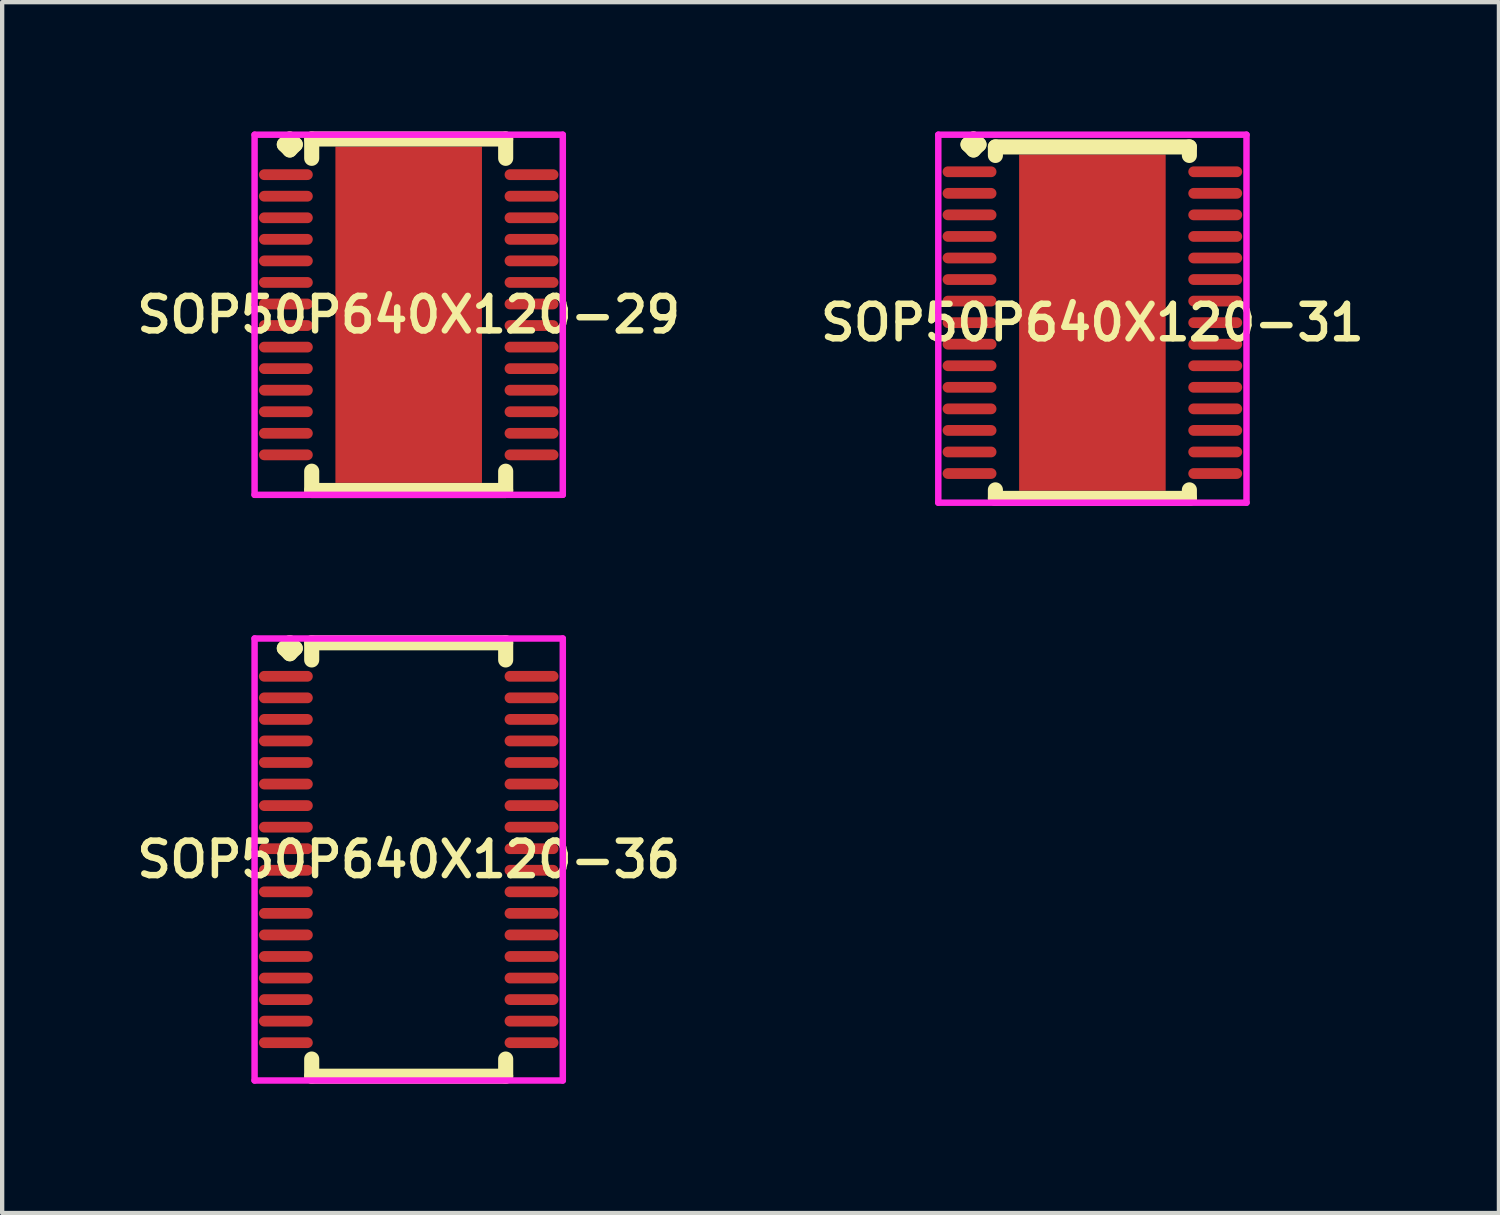
<source format=kicad_pcb>
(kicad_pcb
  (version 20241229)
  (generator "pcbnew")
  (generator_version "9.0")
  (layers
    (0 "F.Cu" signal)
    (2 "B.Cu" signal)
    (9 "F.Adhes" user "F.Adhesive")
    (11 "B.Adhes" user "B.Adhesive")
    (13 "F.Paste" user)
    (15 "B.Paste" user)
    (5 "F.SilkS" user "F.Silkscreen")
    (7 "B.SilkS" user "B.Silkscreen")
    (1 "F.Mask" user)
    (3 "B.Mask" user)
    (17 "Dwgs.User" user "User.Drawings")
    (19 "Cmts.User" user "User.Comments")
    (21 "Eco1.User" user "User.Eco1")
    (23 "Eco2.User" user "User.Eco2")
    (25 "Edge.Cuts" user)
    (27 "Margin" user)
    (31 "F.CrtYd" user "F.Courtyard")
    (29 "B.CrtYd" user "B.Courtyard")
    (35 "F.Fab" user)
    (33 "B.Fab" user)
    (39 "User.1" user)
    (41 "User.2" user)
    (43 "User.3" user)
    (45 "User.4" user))
  (footprint "SOP50P640X120-36"
    (layer "F.Cu")
    (at 6.431 16.889)
    (property "Reference" "SOP50P640X120-36" (at 0 0 0) (layer "F.SilkS") (effects (font (size 0.8 0.8) (thickness 0.15))))
    (attr smd)
    (fp_line (start -2.885 -4.9) (end -2.758 -5.027) (stroke (width 0.35) (type solid)) (layer "F.SilkS"))
    (fp_line (start -2.758 -5.027) (end -2.631 -4.9) (stroke (width 0.35) (type solid)) (layer "F.SilkS"))
    (fp_line (start -2.758 -4.773) (end -2.885 -4.9) (stroke (width 0.35) (type solid)) (layer "F.SilkS"))
    (fp_line (start -2.631 -4.9) (end -2.758 -4.773) (stroke (width 0.35) (type solid)) (layer "F.SilkS"))
    (fp_line (start -2.25 -5.027) (end 2.25 -5.027) (stroke (width 0.35) (type solid)) (layer "F.SilkS"))
    (fp_line (start -2.25 -4.629) (end -2.25 -5.027) (stroke (width 0.35) (type solid)) (layer "F.SilkS"))
    (fp_line (start -2.25 4.629) (end -2.25 5.027) (stroke (width 0.35) (type solid)) (layer "F.SilkS"))
    (fp_line (start -2.25 5.027) (end 2.25 5.027) (stroke (width 0.35) (type solid)) (layer "F.SilkS"))
    (fp_line (start 2.25 -5.027) (end 2.25 -4.629) (stroke (width 0.35) (type solid)) (layer "F.SilkS"))
    (fp_line (start 2.25 5.027) (end 2.25 4.629) (stroke (width 0.35) (type solid)) (layer "F.SilkS"))
    (fp_line (start -3.575 -5.127) (end 3.575 -5.127) (stroke (width 0.15) (type solid)) (layer "F.CrtYd"))
    (fp_line (start -3.575 5.127) (end -3.575 -5.127) (stroke (width 0.15) (type solid)) (layer "F.CrtYd"))
    (fp_line (start 3.575 -5.127) (end 3.575 5.127) (stroke (width 0.15) (type solid)) (layer "F.CrtYd"))
    (fp_line (start 3.575 5.127) (end -3.575 5.127) (stroke (width 0.15) (type solid)) (layer "F.CrtYd"))
    (pad "1" smd oval (at -2.85 -4.25) (size 1.25 0.25) (layers "F.Cu" "F.Mask" "F.Paste"))
    (pad "2" smd oval (at -2.85 -3.75) (size 1.25 0.25) (layers "F.Cu" "F.Mask" "F.Paste"))
    (pad "3" smd oval (at -2.85 -3.25) (size 1.25 0.25) (layers "F.Cu" "F.Mask" "F.Paste"))
    (pad "4" smd oval (at -2.85 -2.75) (size 1.25 0.25) (layers "F.Cu" "F.Mask" "F.Paste"))
    (pad "5" smd oval (at -2.85 -2.25) (size 1.25 0.25) (layers "F.Cu" "F.Mask" "F.Paste"))
    (pad "6" smd oval (at -2.85 -1.75) (size 1.25 0.25) (layers "F.Cu" "F.Mask" "F.Paste"))
    (pad "7" smd oval (at -2.85 -1.25) (size 1.25 0.25) (layers "F.Cu" "F.Mask" "F.Paste"))
    (pad "8" smd oval (at -2.85 -0.75) (size 1.25 0.25) (layers "F.Cu" "F.Mask" "F.Paste"))
    (pad "9" smd oval (at -2.85 -0.25) (size 1.25 0.25) (layers "F.Cu" "F.Mask" "F.Paste"))
    (pad "10" smd oval (at -2.85 0.25) (size 1.25 0.25) (layers "F.Cu" "F.Mask" "F.Paste"))
    (pad "11" smd oval (at -2.85 0.75) (size 1.25 0.25) (layers "F.Cu" "F.Mask" "F.Paste"))
    (pad "12" smd oval (at -2.85 1.25) (size 1.25 0.25) (layers "F.Cu" "F.Mask" "F.Paste"))
    (pad "13" smd oval (at -2.85 1.75) (size 1.25 0.25) (layers "F.Cu" "F.Mask" "F.Paste"))
    (pad "14" smd oval (at -2.85 2.25) (size 1.25 0.25) (layers "F.Cu" "F.Mask" "F.Paste"))
    (pad "15" smd oval (at -2.85 2.75) (size 1.25 0.25) (layers "F.Cu" "F.Mask" "F.Paste"))
    (pad "16" smd oval (at -2.85 3.25) (size 1.25 0.25) (layers "F.Cu" "F.Mask" "F.Paste"))
    (pad "17" smd oval (at -2.85 3.75) (size 1.25 0.25) (layers "F.Cu" "F.Mask" "F.Paste"))
    (pad "18" smd oval (at -2.85 4.25) (size 1.25 0.25) (layers "F.Cu" "F.Mask" "F.Paste"))
    (pad "19" smd oval (at 2.85 4.25) (size 1.25 0.25) (layers "F.Cu" "F.Mask" "F.Paste"))
    (pad "20" smd oval (at 2.85 3.75) (size 1.25 0.25) (layers "F.Cu" "F.Mask" "F.Paste"))
    (pad "21" smd oval (at 2.85 3.25) (size 1.25 0.25) (layers "F.Cu" "F.Mask" "F.Paste"))
    (pad "22" smd oval (at 2.85 2.75) (size 1.25 0.25) (layers "F.Cu" "F.Mask" "F.Paste"))
    (pad "23" smd oval (at 2.85 2.25) (size 1.25 0.25) (layers "F.Cu" "F.Mask" "F.Paste"))
    (pad "24" smd oval (at 2.85 1.75) (size 1.25 0.25) (layers "F.Cu" "F.Mask" "F.Paste"))
    (pad "25" smd oval (at 2.85 1.25) (size 1.25 0.25) (layers "F.Cu" "F.Mask" "F.Paste"))
    (pad "26" smd oval (at 2.85 0.75) (size 1.25 0.25) (layers "F.Cu" "F.Mask" "F.Paste"))
    (pad "27" smd oval (at 2.85 0.25) (size 1.25 0.25) (layers "F.Cu" "F.Mask" "F.Paste"))
    (pad "28" smd oval (at 2.85 -0.25) (size 1.25 0.25) (layers "F.Cu" "F.Mask" "F.Paste"))
    (pad "29" smd oval (at 2.85 -0.75) (size 1.25 0.25) (layers "F.Cu" "F.Mask" "F.Paste"))
    (pad "30" smd oval (at 2.85 -1.25) (size 1.25 0.25) (layers "F.Cu" "F.Mask" "F.Paste"))
    (pad "31" smd oval (at 2.85 -1.75) (size 1.25 0.25) (layers "F.Cu" "F.Mask" "F.Paste"))
    (pad "32" smd oval (at 2.85 -2.25) (size 1.25 0.25) (layers "F.Cu" "F.Mask" "F.Paste"))
    (pad "33" smd oval (at 2.85 -2.75) (size 1.25 0.25) (layers "F.Cu" "F.Mask" "F.Paste"))
    (pad "34" smd oval (at 2.85 -3.25) (size 1.25 0.25) (layers "F.Cu" "F.Mask" "F.Paste"))
    (pad "35" smd oval (at 2.85 -3.75) (size 1.25 0.25) (layers "F.Cu" "F.Mask" "F.Paste"))
    (pad "36" smd oval (at 2.85 -4.25) (size 1.25 0.25) (layers "F.Cu" "F.Mask" "F.Paste")))
  (footprint "SOP50P640X120-29"
    (layer "F.Cu")
    (at 6.431 4.252)
    (property "Reference" "SOP50P640X120-29" (at 0 0 0) (layer "F.SilkS") (effects (font (size 0.8 0.8) (thickness 0.15))))
    (attr smd)
    (fp_line (start -2.885 -3.95) (end -2.758 -4.077) (stroke (width 0.35) (type solid)) (layer "F.SilkS"))
    (fp_line (start -2.758 -4.077) (end -2.631 -3.95) (stroke (width 0.35) (type solid)) (layer "F.SilkS"))
    (fp_line (start -2.758 -3.823) (end -2.885 -3.95) (stroke (width 0.35) (type solid)) (layer "F.SilkS"))
    (fp_line (start -2.631 -3.95) (end -2.758 -3.823) (stroke (width 0.35) (type solid)) (layer "F.SilkS"))
    (fp_line (start -2.25 -4.077) (end 2.25 -4.077) (stroke (width 0.35) (type solid)) (layer "F.SilkS"))
    (fp_line (start -2.25 -3.629) (end -2.25 -4.077) (stroke (width 0.35) (type solid)) (layer "F.SilkS"))
    (fp_line (start -2.25 3.629) (end -2.25 4.077) (stroke (width 0.35) (type solid)) (layer "F.SilkS"))
    (fp_line (start -2.25 4.077) (end 2.25 4.077) (stroke (width 0.35) (type solid)) (layer "F.SilkS"))
    (fp_line (start 2.25 -4.077) (end 2.25 -3.629) (stroke (width 0.35) (type solid)) (layer "F.SilkS"))
    (fp_line (start 2.25 4.077) (end 2.25 3.629) (stroke (width 0.35) (type solid)) (layer "F.SilkS"))
    (fp_line (start -3.575 -4.177) (end 3.575 -4.177) (stroke (width 0.15) (type solid)) (layer "F.CrtYd"))
    (fp_line (start -3.575 4.177) (end -3.575 -4.177) (stroke (width 0.15) (type solid)) (layer "F.CrtYd"))
    (fp_line (start 3.575 -4.177) (end 3.575 4.177) (stroke (width 0.15) (type solid)) (layer "F.CrtYd"))
    (fp_line (start 3.575 4.177) (end -3.575 4.177) (stroke (width 0.15) (type solid)) (layer "F.CrtYd"))
    (pad "1" smd oval (at -2.85 -3.25) (size 1.25 0.25) (layers "F.Cu" "F.Mask" "F.Paste"))
    (pad "2" smd oval (at -2.85 -2.75) (size 1.25 0.25) (layers "F.Cu" "F.Mask" "F.Paste"))
    (pad "3" smd oval (at -2.85 -2.25) (size 1.25 0.25) (layers "F.Cu" "F.Mask" "F.Paste"))
    (pad "4" smd oval (at -2.85 -1.75) (size 1.25 0.25) (layers "F.Cu" "F.Mask" "F.Paste"))
    (pad "5" smd oval (at -2.85 -1.25) (size 1.25 0.25) (layers "F.Cu" "F.Mask" "F.Paste"))
    (pad "6" smd oval (at -2.85 -0.75) (size 1.25 0.25) (layers "F.Cu" "F.Mask" "F.Paste"))
    (pad "7" smd oval (at -2.85 -0.25) (size 1.25 0.25) (layers "F.Cu" "F.Mask" "F.Paste"))
    (pad "8" smd oval (at -2.85 0.25) (size 1.25 0.25) (layers "F.Cu" "F.Mask" "F.Paste"))
    (pad "9" smd oval (at -2.85 0.75) (size 1.25 0.25) (layers "F.Cu" "F.Mask" "F.Paste"))
    (pad "10" smd oval (at -2.85 1.25) (size 1.25 0.25) (layers "F.Cu" "F.Mask" "F.Paste"))
    (pad "11" smd oval (at -2.85 1.75) (size 1.25 0.25) (layers "F.Cu" "F.Mask" "F.Paste"))
    (pad "12" smd oval (at -2.85 2.25) (size 1.25 0.25) (layers "F.Cu" "F.Mask" "F.Paste"))
    (pad "13" smd oval (at -2.85 2.75) (size 1.25 0.25) (layers "F.Cu" "F.Mask" "F.Paste"))
    (pad "14" smd oval (at -2.85 3.25) (size 1.25 0.25) (layers "F.Cu" "F.Mask" "F.Paste"))
    (pad "15" smd oval (at 2.85 3.25) (size 1.25 0.25) (layers "F.Cu" "F.Mask" "F.Paste"))
    (pad "16" smd oval (at 2.85 2.75) (size 1.25 0.25) (layers "F.Cu" "F.Mask" "F.Paste"))
    (pad "17" smd oval (at 2.85 2.25) (size 1.25 0.25) (layers "F.Cu" "F.Mask" "F.Paste"))
    (pad "18" smd oval (at 2.85 1.75) (size 1.25 0.25) (layers "F.Cu" "F.Mask" "F.Paste"))
    (pad "19" smd oval (at 2.85 1.25) (size 1.25 0.25) (layers "F.Cu" "F.Mask" "F.Paste"))
    (pad "20" smd oval (at 2.85 0.75) (size 1.25 0.25) (layers "F.Cu" "F.Mask" "F.Paste"))
    (pad "21" smd oval (at 2.85 0.25) (size 1.25 0.25) (layers "F.Cu" "F.Mask" "F.Paste"))
    (pad "22" smd oval (at 2.85 -0.25) (size 1.25 0.25) (layers "F.Cu" "F.Mask" "F.Paste"))
    (pad "23" smd oval (at 2.85 -0.75) (size 1.25 0.25) (layers "F.Cu" "F.Mask" "F.Paste"))
    (pad "24" smd oval (at 2.85 -1.25) (size 1.25 0.25) (layers "F.Cu" "F.Mask" "F.Paste"))
    (pad "25" smd oval (at 2.85 -1.75) (size 1.25 0.25) (layers "F.Cu" "F.Mask" "F.Paste"))
    (pad "26" smd oval (at 2.85 -2.25) (size 1.25 0.25) (layers "F.Cu" "F.Mask" "F.Paste"))
    (pad "27" smd oval (at 2.85 -2.75) (size 1.25 0.25) (layers "F.Cu" "F.Mask" "F.Paste"))
    (pad "28" smd oval (at 2.85 -3.25) (size 1.25 0.25) (layers "F.Cu" "F.Mask" "F.Paste"))
    (pad "29" smd rect (at 0 0) (size 3.4 7.8) (layers "F.Cu" "F.Mask" "F.Paste")))
  (footprint "SOP50P640X120-31"
    (layer "F.Cu")
    (at 22.292 4.435)
    (property "Reference" "SOP50P640X120-31" (at 0 0 0) (layer "F.SilkS") (effects (font (size 0.8 0.8) (thickness 0.15))))
    (attr smd)
    (fp_line (start -2.885 -4.133) (end -2.758 -4.26) (stroke (width 0.35) (type solid)) (layer "F.SilkS"))
    (fp_line (start -2.758 -4.26) (end -2.631 -4.133) (stroke (width 0.35) (type solid)) (layer "F.SilkS"))
    (fp_line (start -2.758 -4.006) (end -2.885 -4.133) (stroke (width 0.35) (type solid)) (layer "F.SilkS"))
    (fp_line (start -2.631 -4.133) (end -2.758 -4.006) (stroke (width 0.35) (type solid)) (layer "F.SilkS"))
    (fp_line (start -2.25 -4.077) (end 2.25 -4.077) (stroke (width 0.35) (type solid)) (layer "F.SilkS"))
    (fp_line (start -2.25 -3.879) (end -2.25 -4.077) (stroke (width 0.35) (type solid)) (layer "F.SilkS"))
    (fp_line (start -2.25 3.879) (end -2.25 4.077) (stroke (width 0.35) (type solid)) (layer "F.SilkS"))
    (fp_line (start -2.25 4.077) (end 2.25 4.077) (stroke (width 0.35) (type solid)) (layer "F.SilkS"))
    (fp_line (start 2.25 -4.077) (end 2.25 -3.879) (stroke (width 0.35) (type solid)) (layer "F.SilkS"))
    (fp_line (start 2.25 4.077) (end 2.25 3.879) (stroke (width 0.35) (type solid)) (layer "F.SilkS"))
    (fp_line (start -3.575 -4.36) (end 3.575 -4.36) (stroke (width 0.15) (type solid)) (layer "F.CrtYd"))
    (fp_line (start -3.575 4.177) (end -3.575 -4.36) (stroke (width 0.15) (type solid)) (layer "F.CrtYd"))
    (fp_line (start 3.575 -4.36) (end 3.575 4.177) (stroke (width 0.15) (type solid)) (layer "F.CrtYd"))
    (fp_line (start 3.575 4.177) (end -3.575 4.177) (stroke (width 0.15) (type solid)) (layer "F.CrtYd"))
    (pad "1" smd oval (at -2.85 -3.5) (size 1.25 0.25) (layers "F.Cu" "F.Mask" "F.Paste"))
    (pad "2" smd oval (at -2.85 -3) (size 1.25 0.25) (layers "F.Cu" "F.Mask" "F.Paste"))
    (pad "3" smd oval (at -2.85 -2.5) (size 1.25 0.25) (layers "F.Cu" "F.Mask" "F.Paste"))
    (pad "4" smd oval (at -2.85 -2) (size 1.25 0.25) (layers "F.Cu" "F.Mask" "F.Paste"))
    (pad "5" smd oval (at -2.85 -1.5) (size 1.25 0.25) (layers "F.Cu" "F.Mask" "F.Paste"))
    (pad "6" smd oval (at -2.85 -1) (size 1.25 0.25) (layers "F.Cu" "F.Mask" "F.Paste"))
    (pad "7" smd oval (at -2.85 -0.5) (size 1.25 0.25) (layers "F.Cu" "F.Mask" "F.Paste"))
    (pad "8" smd oval (at -2.85 0) (size 1.25 0.25) (layers "F.Cu" "F.Mask" "F.Paste"))
    (pad "9" smd oval (at -2.85 0.5) (size 1.25 0.25) (layers "F.Cu" "F.Mask" "F.Paste"))
    (pad "10" smd oval (at -2.85 1) (size 1.25 0.25) (layers "F.Cu" "F.Mask" "F.Paste"))
    (pad "11" smd oval (at -2.85 1.5) (size 1.25 0.25) (layers "F.Cu" "F.Mask" "F.Paste"))
    (pad "12" smd oval (at -2.85 2) (size 1.25 0.25) (layers "F.Cu" "F.Mask" "F.Paste"))
    (pad "13" smd oval (at -2.85 2.5) (size 1.25 0.25) (layers "F.Cu" "F.Mask" "F.Paste"))
    (pad "14" smd oval (at -2.85 3) (size 1.25 0.25) (layers "F.Cu" "F.Mask" "F.Paste"))
    (pad "15" smd oval (at -2.85 3.5) (size 1.25 0.25) (layers "F.Cu" "F.Mask" "F.Paste"))
    (pad "16" smd oval (at 2.85 3.5) (size 1.25 0.25) (layers "F.Cu" "F.Mask" "F.Paste"))
    (pad "17" smd oval (at 2.85 3) (size 1.25 0.25) (layers "F.Cu" "F.Mask" "F.Paste"))
    (pad "18" smd oval (at 2.85 2.5) (size 1.25 0.25) (layers "F.Cu" "F.Mask" "F.Paste"))
    (pad "19" smd oval (at 2.85 2) (size 1.25 0.25) (layers "F.Cu" "F.Mask" "F.Paste"))
    (pad "20" smd oval (at 2.85 1.5) (size 1.25 0.25) (layers "F.Cu" "F.Mask" "F.Paste"))
    (pad "21" smd oval (at 2.85 1) (size 1.25 0.25) (layers "F.Cu" "F.Mask" "F.Paste"))
    (pad "22" smd oval (at 2.85 0.5) (size 1.25 0.25) (layers "F.Cu" "F.Mask" "F.Paste"))
    (pad "23" smd oval (at 2.85 0) (size 1.25 0.25) (layers "F.Cu" "F.Mask" "F.Paste"))
    (pad "24" smd oval (at 2.85 -0.5) (size 1.25 0.25) (layers "F.Cu" "F.Mask" "F.Paste"))
    (pad "25" smd oval (at 2.85 -1) (size 1.25 0.25) (layers "F.Cu" "F.Mask" "F.Paste"))
    (pad "26" smd oval (at 2.85 -1.5) (size 1.25 0.25) (layers "F.Cu" "F.Mask" "F.Paste"))
    (pad "27" smd oval (at 2.85 -2) (size 1.25 0.25) (layers "F.Cu" "F.Mask" "F.Paste"))
    (pad "28" smd oval (at 2.85 -2.5) (size 1.25 0.25) (layers "F.Cu" "F.Mask" "F.Paste"))
    (pad "29" smd oval (at 2.85 -3) (size 1.25 0.25) (layers "F.Cu" "F.Mask" "F.Paste"))
    (pad "30" smd oval (at 2.85 -3.5) (size 1.25 0.25) (layers "F.Cu" "F.Mask" "F.Paste"))
    (pad "31" smd rect (at 0 0) (size 3.4 7.8) (layers "F.Cu" "F.Mask" "F.Paste")))
  (gr_rect
    (start -3 -3)
    (end 31.723 25.091)
    (stroke (width 0.1) (type default))
    (fill no)
    (layer "Edge.Cuts")))
</source>
